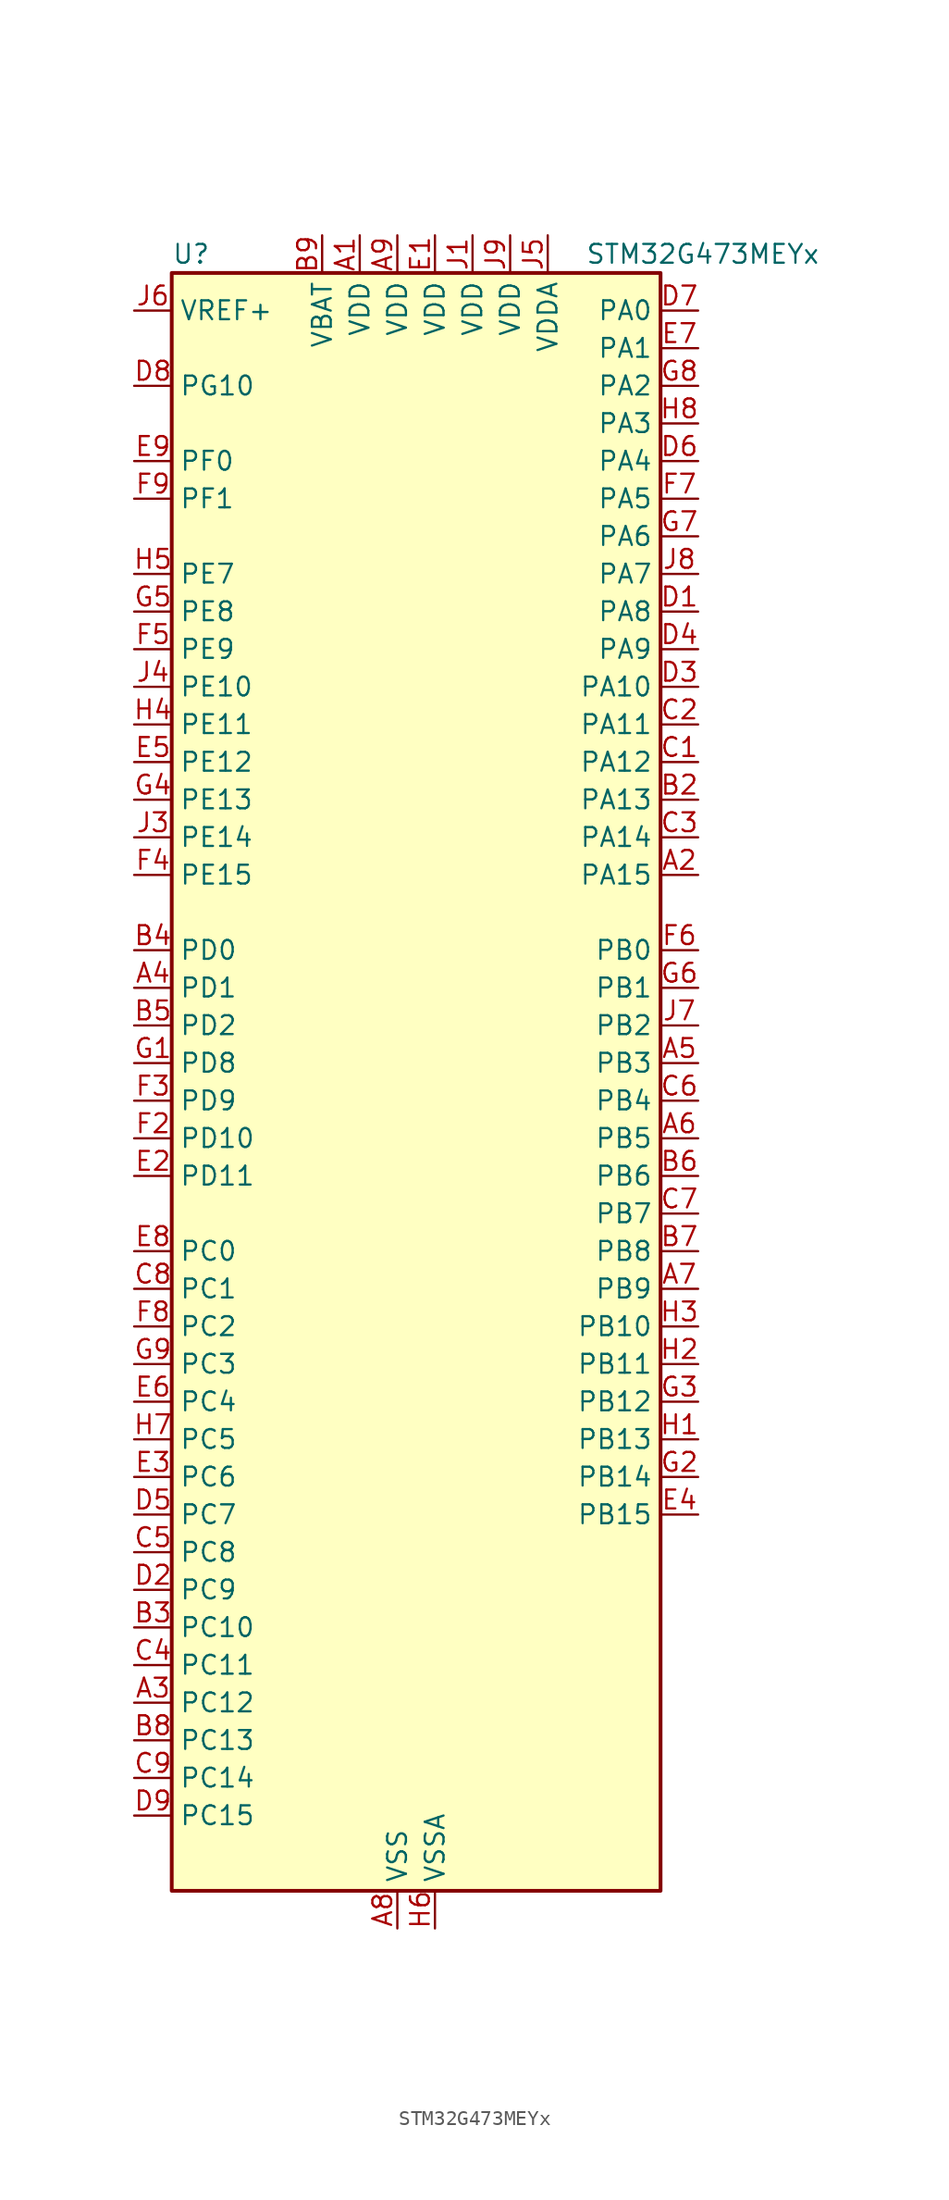
<source format=kicad_sym>
(kicad_symbol_lib
  (version 20220914)
  (generator kicad_symbol_editor)
  (symbol "STM32G473MEYx"
    (property "Reference" "U"
      (at -15.24 57.15 0)
      (effects (font (size 1.27 1.27)) (justify left)))
    (property "Value" "STM32G473MEYx"
      (at 12.7 57.15 0)
      (effects (font (size 1.27 1.27)) (justify left)))
    (property "ki_locked" ""
      (at 0 0 0)
      (effects (font (size 1.27 1.27))))
    (symbol "STM32G473MEYx_0_1"
      (rectangle (start -15.24 -53.34) (end 17.78 55.88) (stroke (width 0.254) (type default)) (fill (type background))))
    (symbol "STM32G473MEYx_1_1"
      (pin power_in line (at -2.54 58.42 270) (length 2.54) (name "VDD" (effects (font (size 1.27 1.27)))) (number "A1" (effects (font (size 1.27 1.27)))))
      (pin bidirectional line (at 20.32 15.24 180) (length 2.54) (name "PA15" (effects (font (size 1.27 1.27)))) (number "A2" (effects (font (size 1.27 1.27)))) (alternate "ADC1_EXTI15" bidirectional line) (alternate "ADC2_EXTI15" bidirectional line) (alternate "FDCAN3_TX" bidirectional line) (alternate "I2C1_SCL" bidirectional line) (alternate "I2S3_WS" bidirectional line) (alternate "SPI1_NSS" bidirectional line) (alternate "SPI3_NSS" bidirectional line) (alternate "SYS_JTDI" bidirectional line) (alternate "TIM1_BKIN" bidirectional line) (alternate "TIM2_CH1" bidirectional line) (alternate "TIM2_ETR" bidirectional line) (alternate "TIM8_CH1" bidirectional line) (alternate "UART4_DE" bidirectional line) (alternate "UART4_RTS" bidirectional line) (alternate "USART2_RX" bidirectional line))
      (pin bidirectional line (at -17.78 -40.64 0) (length 2.54) (name "PC12" (effects (font (size 1.27 1.27)))) (number "A3" (effects (font (size 1.27 1.27)))) (alternate "I2S3_SD" bidirectional line) (alternate "SPI3_MOSI" bidirectional line) (alternate "TIM5_CH2" bidirectional line) (alternate "TIM8_CH3N" bidirectional line) (alternate "UART5_TX" bidirectional line) (alternate "UCPD1_FRSTX1" bidirectional line) (alternate "UCPD1_FRSTX2" bidirectional line) (alternate "USART3_CK" bidirectional line))
      (pin bidirectional line (at -17.78 7.62 0) (length 2.54) (name "PD1" (effects (font (size 1.27 1.27)))) (number "A4" (effects (font (size 1.27 1.27)))) (alternate "FDCAN1_TX" bidirectional line) (alternate "TIM8_BKIN2" bidirectional line) (alternate "TIM8_CH4" bidirectional line))
      (pin bidirectional line (at 20.32 2.54 180) (length 2.54) (name "PB3" (effects (font (size 1.27 1.27)))) (number "A5" (effects (font (size 1.27 1.27)))) (alternate "ADC3_EXTI3" bidirectional line) (alternate "ADC4_EXTI3" bidirectional line) (alternate "ADC5_EXTI3" bidirectional line) (alternate "CRS_SYNC" bidirectional line) (alternate "FDCAN3_RX" bidirectional line) (alternate "I2S3_CK" bidirectional line) (alternate "SAI1_SCK_B" bidirectional line) (alternate "SPI1_SCK" bidirectional line) (alternate "SPI3_SCK" bidirectional line) (alternate "SYS_JTDO-SWO" bidirectional line) (alternate "TIM2_CH2" bidirectional line) (alternate "TIM3_ETR" bidirectional line) (alternate "TIM4_ETR" bidirectional line) (alternate "TIM8_CH1N" bidirectional line) (alternate "USART2_TX" bidirectional line))
      (pin bidirectional line (at 20.32 -2.54 180) (length 2.54) (name "PB5" (effects (font (size 1.27 1.27)))) (number "A6" (effects (font (size 1.27 1.27)))) (alternate "FDCAN2_RX" bidirectional line) (alternate "I2C1_SMBA" bidirectional line) (alternate "I2C3_SDA" bidirectional line) (alternate "I2S3_SD" bidirectional line) (alternate "LPTIM1_IN1" bidirectional line) (alternate "SAI1_SD_B" bidirectional line) (alternate "SPI1_MOSI" bidirectional line) (alternate "SPI3_MOSI" bidirectional line) (alternate "TIM16_BKIN" bidirectional line) (alternate "TIM17_CH1" bidirectional line) (alternate "TIM3_CH2" bidirectional line) (alternate "TIM8_CH3N" bidirectional line) (alternate "UART5_CTS" bidirectional line) (alternate "USART2_CK" bidirectional line))
      (pin bidirectional line (at 20.32 -12.7 180) (length 2.54) (name "PB9" (effects (font (size 1.27 1.27)))) (number "A7" (effects (font (size 1.27 1.27)))) (alternate "COMP2_OUT" bidirectional line) (alternate "DAC1_EXTI9" bidirectional line) (alternate "DAC2_EXTI9" bidirectional line) (alternate "DAC3_EXTI9" bidirectional line) (alternate "DAC4_EXTI9" bidirectional line) (alternate "FDCAN1_TX" bidirectional line) (alternate "I2C1_SDA" bidirectional line) (alternate "IR_OUT" bidirectional line) (alternate "SAI1_D2" bidirectional line) (alternate "SAI1_FS_A" bidirectional line) (alternate "TIM17_CH1" bidirectional line) (alternate "TIM1_CH3N" bidirectional line) (alternate "TIM4_CH4" bidirectional line) (alternate "TIM8_CH3" bidirectional line) (alternate "USART3_TX" bidirectional line))
      (pin power_in line (at 0 -55.88 90) (length 2.54) (name "VSS" (effects (font (size 1.27 1.27)))) (number "A8" (effects (font (size 1.27 1.27)))))
      (pin power_in line (at 0 58.42 270) (length 2.54) (name "VDD" (effects (font (size 1.27 1.27)))) (number "A9" (effects (font (size 1.27 1.27)))))
      (pin passive line (at 0 -55.88 90) (length 2.54) hide (name "VSS" (effects (font (size 1.27 1.27)))) (number "B1" (effects (font (size 1.27 1.27)))))
      (pin bidirectional line (at 20.32 20.32 180) (length 2.54) (name "PA13" (effects (font (size 1.27 1.27)))) (number "B2" (effects (font (size 1.27 1.27)))) (alternate "I2C1_SCL" bidirectional line) (alternate "I2C4_SCL" bidirectional line) (alternate "IR_OUT" bidirectional line) (alternate "SAI1_SD_B" bidirectional line) (alternate "SYS_JTMS-SWDIO" bidirectional line) (alternate "TIM16_CH1N" bidirectional line) (alternate "TIM4_CH3" bidirectional line) (alternate "USART3_CTS" bidirectional line) (alternate "USART3_NSS" bidirectional line))
      (pin bidirectional line (at -17.78 -35.56 0) (length 2.54) (name "PC10" (effects (font (size 1.27 1.27)))) (number "B3" (effects (font (size 1.27 1.27)))) (alternate "DAC1_EXTI10" bidirectional line) (alternate "DAC2_EXTI10" bidirectional line) (alternate "DAC3_EXTI10" bidirectional line) (alternate "DAC4_EXTI10" bidirectional line) (alternate "I2S3_CK" bidirectional line) (alternate "SPI3_SCK" bidirectional line) (alternate "TIM8_CH1N" bidirectional line) (alternate "UART4_TX" bidirectional line) (alternate "USART3_TX" bidirectional line))
      (pin bidirectional line (at -17.78 10.16 0) (length 2.54) (name "PD0" (effects (font (size 1.27 1.27)))) (number "B4" (effects (font (size 1.27 1.27)))) (alternate "FDCAN1_RX" bidirectional line) (alternate "TIM8_CH4N" bidirectional line))
      (pin bidirectional line (at -17.78 5.08 0) (length 2.54) (name "PD2" (effects (font (size 1.27 1.27)))) (number "B5" (effects (font (size 1.27 1.27)))) (alternate "ADC3_EXTI2" bidirectional line) (alternate "ADC4_EXTI2" bidirectional line) (alternate "ADC5_EXTI2" bidirectional line) (alternate "TIM3_ETR" bidirectional line) (alternate "TIM8_BKIN" bidirectional line) (alternate "UART5_RX" bidirectional line))
      (pin bidirectional line (at 20.32 -5.08 180) (length 2.54) (name "PB6" (effects (font (size 1.27 1.27)))) (number "B6" (effects (font (size 1.27 1.27)))) (alternate "COMP4_OUT" bidirectional line) (alternate "FDCAN2_TX" bidirectional line) (alternate "LPTIM1_ETR" bidirectional line) (alternate "SAI1_FS_B" bidirectional line) (alternate "TIM16_CH1N" bidirectional line) (alternate "TIM4_CH1" bidirectional line) (alternate "TIM8_BKIN2" bidirectional line) (alternate "TIM8_CH1" bidirectional line) (alternate "TIM8_ETR" bidirectional line) (alternate "UCPD1_CC1" bidirectional line) (alternate "USART1_TX" bidirectional line))
      (pin bidirectional line (at 20.32 -10.16 180) (length 2.54) (name "PB8" (effects (font (size 1.27 1.27)))) (number "B7" (effects (font (size 1.27 1.27)))) (alternate "COMP1_OUT" bidirectional line) (alternate "FDCAN1_RX" bidirectional line) (alternate "I2C1_SCL" bidirectional line) (alternate "SAI1_CK1" bidirectional line) (alternate "SAI1_MCLK_A" bidirectional line) (alternate "TIM16_CH1" bidirectional line) (alternate "TIM1_BKIN" bidirectional line) (alternate "TIM4_CH3" bidirectional line) (alternate "TIM8_CH2" bidirectional line) (alternate "USART3_RX" bidirectional line))
      (pin bidirectional line (at -17.78 -43.18 0) (length 2.54) (name "PC13" (effects (font (size 1.27 1.27)))) (number "B8" (effects (font (size 1.27 1.27)))) (alternate "RTC_OUT1" bidirectional line) (alternate "RTC_TAMP1" bidirectional line) (alternate "RTC_TS" bidirectional line) (alternate "SYS_WKUP2" bidirectional line) (alternate "TIM1_BKIN" bidirectional line) (alternate "TIM1_CH1N" bidirectional line) (alternate "TIM8_CH4N" bidirectional line))
      (pin power_in line (at -5.08 58.42 270) (length 2.54) (name "VBAT" (effects (font (size 1.27 1.27)))) (number "B9" (effects (font (size 1.27 1.27)))))
      (pin bidirectional line (at 20.32 22.86 180) (length 2.54) (name "PA12" (effects (font (size 1.27 1.27)))) (number "C1" (effects (font (size 1.27 1.27)))) (alternate "COMP2_OUT" bidirectional line) (alternate "FDCAN1_TX" bidirectional line) (alternate "I2S_CKIN" bidirectional line) (alternate "TIM16_CH1" bidirectional line) (alternate "TIM1_CH2N" bidirectional line) (alternate "TIM1_ETR" bidirectional line) (alternate "TIM4_CH2" bidirectional line) (alternate "USART1_DE" bidirectional line) (alternate "USART1_RTS" bidirectional line) (alternate "USB_DP" bidirectional line))
      (pin bidirectional line (at 20.32 25.4 180) (length 2.54) (name "PA11" (effects (font (size 1.27 1.27)))) (number "C2" (effects (font (size 1.27 1.27)))) (alternate "ADC1_EXTI11" bidirectional line) (alternate "ADC2_EXTI11" bidirectional line) (alternate "COMP1_OUT" bidirectional line) (alternate "FDCAN1_RX" bidirectional line) (alternate "I2S2_SD" bidirectional line) (alternate "SPI2_MOSI" bidirectional line) (alternate "TIM1_BKIN2" bidirectional line) (alternate "TIM1_CH1N" bidirectional line) (alternate "TIM1_CH4" bidirectional line) (alternate "TIM4_CH1" bidirectional line) (alternate "USART1_CTS" bidirectional line) (alternate "USART1_NSS" bidirectional line) (alternate "USB_DM" bidirectional line))
      (pin bidirectional line (at 20.32 17.78 180) (length 2.54) (name "PA14" (effects (font (size 1.27 1.27)))) (number "C3" (effects (font (size 1.27 1.27)))) (alternate "I2C1_SDA" bidirectional line) (alternate "I2C4_SMBA" bidirectional line) (alternate "LPTIM1_OUT" bidirectional line) (alternate "SAI1_FS_B" bidirectional line) (alternate "SYS_JTCK-SWCLK" bidirectional line) (alternate "TIM1_BKIN" bidirectional line) (alternate "TIM8_CH2" bidirectional line) (alternate "USART2_TX" bidirectional line))
      (pin bidirectional line (at -17.78 -38.1 0) (length 2.54) (name "PC11" (effects (font (size 1.27 1.27)))) (number "C4" (effects (font (size 1.27 1.27)))) (alternate "ADC1_EXTI11" bidirectional line) (alternate "ADC2_EXTI11" bidirectional line) (alternate "I2C3_SDA" bidirectional line) (alternate "SPI3_MISO" bidirectional line) (alternate "TIM8_CH2N" bidirectional line) (alternate "UART4_RX" bidirectional line) (alternate "USART3_RX" bidirectional line))
      (pin bidirectional line (at -17.78 -30.48 0) (length 2.54) (name "PC8" (effects (font (size 1.27 1.27)))) (number "C5" (effects (font (size 1.27 1.27)))) (alternate "COMP7_OUT" bidirectional line) (alternate "I2C3_SCL" bidirectional line) (alternate "TIM20_CH3" bidirectional line) (alternate "TIM3_CH3" bidirectional line) (alternate "TIM8_CH3" bidirectional line))
      (pin bidirectional line (at 20.32 0 180) (length 2.54) (name "PB4" (effects (font (size 1.27 1.27)))) (number "C6" (effects (font (size 1.27 1.27)))) (alternate "FDCAN3_TX" bidirectional line) (alternate "SAI1_MCLK_B" bidirectional line) (alternate "SPI1_MISO" bidirectional line) (alternate "SPI3_MISO" bidirectional line) (alternate "SYS_JTRST" bidirectional line) (alternate "TIM16_CH1" bidirectional line) (alternate "TIM17_BKIN" bidirectional line) (alternate "TIM3_CH1" bidirectional line) (alternate "TIM8_CH2N" bidirectional line) (alternate "UART5_DE" bidirectional line) (alternate "UART5_RTS" bidirectional line) (alternate "UCPD1_CC2" bidirectional line) (alternate "USART2_RX" bidirectional line))
      (pin bidirectional line (at 20.32 -7.62 180) (length 2.54) (name "PB7" (effects (font (size 1.27 1.27)))) (number "C7" (effects (font (size 1.27 1.27)))) (alternate "COMP3_OUT" bidirectional line) (alternate "I2C1_SDA" bidirectional line) (alternate "I2C4_SDA" bidirectional line) (alternate "LPTIM1_IN2" bidirectional line) (alternate "SYS_PVD_IN" bidirectional line) (alternate "TIM17_CH1N" bidirectional line) (alternate "TIM3_CH4" bidirectional line) (alternate "TIM4_CH2" bidirectional line) (alternate "TIM8_BKIN" bidirectional line) (alternate "UART4_CTS" bidirectional line) (alternate "USART1_RX" bidirectional line))
      (pin bidirectional line (at -17.78 -12.7 0) (length 2.54) (name "PC1" (effects (font (size 1.27 1.27)))) (number "C8" (effects (font (size 1.27 1.27)))) (alternate "ADC1_IN7" bidirectional line) (alternate "ADC2_IN7" bidirectional line) (alternate "COMP3_INP" bidirectional line) (alternate "LPTIM1_OUT" bidirectional line) (alternate "LPUART1_TX" bidirectional line) (alternate "QUADSPI1_BK2_IO0" bidirectional line) (alternate "SAI1_SD_A" bidirectional line) (alternate "TIM1_CH2" bidirectional line))
      (pin bidirectional line (at -17.78 -45.72 0) (length 2.54) (name "PC14" (effects (font (size 1.27 1.27)))) (number "C9" (effects (font (size 1.27 1.27)))) (alternate "RCC_OSC32_IN" bidirectional line))
      (pin bidirectional line (at 20.32 33.02 180) (length 2.54) (name "PA8" (effects (font (size 1.27 1.27)))) (number "D1" (effects (font (size 1.27 1.27)))) (alternate "ADC5_IN1" bidirectional line) (alternate "COMP7_OUT" bidirectional line) (alternate "FDCAN3_RX" bidirectional line) (alternate "I2C2_SDA" bidirectional line) (alternate "I2C3_SCL" bidirectional line) (alternate "I2S2_MCK" bidirectional line) (alternate "OPAMP5_VOUT" bidirectional line) (alternate "RCC_MCO" bidirectional line) (alternate "SAI1_CK2" bidirectional line) (alternate "SAI1_SCK_A" bidirectional line) (alternate "TIM1_CH1" bidirectional line) (alternate "TIM4_ETR" bidirectional line) (alternate "USART1_CK" bidirectional line))
      (pin bidirectional line (at -17.78 -33.02 0) (length 2.54) (name "PC9" (effects (font (size 1.27 1.27)))) (number "D2" (effects (font (size 1.27 1.27)))) (alternate "DAC1_EXTI9" bidirectional line) (alternate "DAC2_EXTI9" bidirectional line) (alternate "DAC3_EXTI9" bidirectional line) (alternate "DAC4_EXTI9" bidirectional line) (alternate "I2C3_SDA" bidirectional line) (alternate "I2S_CKIN" bidirectional line) (alternate "TIM3_CH4" bidirectional line) (alternate "TIM8_BKIN2" bidirectional line) (alternate "TIM8_CH4" bidirectional line))
      (pin bidirectional line (at 20.32 27.94 180) (length 2.54) (name "PA10" (effects (font (size 1.27 1.27)))) (number "D3" (effects (font (size 1.27 1.27)))) (alternate "COMP6_OUT" bidirectional line) (alternate "CRS_SYNC" bidirectional line) (alternate "DAC1_EXTI10" bidirectional line) (alternate "DAC2_EXTI10" bidirectional line) (alternate "DAC3_EXTI10" bidirectional line) (alternate "DAC4_EXTI10" bidirectional line) (alternate "I2C2_SMBA" bidirectional line) (alternate "SAI1_D1" bidirectional line) (alternate "SAI1_SD_A" bidirectional line) (alternate "SPI2_MISO" bidirectional line) (alternate "TIM17_BKIN" bidirectional line) (alternate "TIM1_CH3" bidirectional line) (alternate "TIM2_CH4" bidirectional line) (alternate "TIM8_BKIN" bidirectional line) (alternate "UCPD1_DBCC2" bidirectional line) (alternate "USART1_RX" bidirectional line))
      (pin bidirectional line (at 20.32 30.48 180) (length 2.54) (name "PA9" (effects (font (size 1.27 1.27)))) (number "D4" (effects (font (size 1.27 1.27)))) (alternate "ADC5_IN2" bidirectional line) (alternate "COMP5_OUT" bidirectional line) (alternate "DAC1_EXTI9" bidirectional line) (alternate "DAC2_EXTI9" bidirectional line) (alternate "DAC3_EXTI9" bidirectional line) (alternate "DAC4_EXTI9" bidirectional line) (alternate "I2C2_SCL" bidirectional line) (alternate "I2C3_SMBA" bidirectional line) (alternate "I2S3_MCK" bidirectional line) (alternate "SAI1_FS_A" bidirectional line) (alternate "TIM15_BKIN" bidirectional line) (alternate "TIM1_CH2" bidirectional line) (alternate "TIM2_CH3" bidirectional line) (alternate "UCPD1_DBCC1" bidirectional line) (alternate "USART1_TX" bidirectional line))
      (pin bidirectional line (at -17.78 -27.94 0) (length 2.54) (name "PC7" (effects (font (size 1.27 1.27)))) (number "D5" (effects (font (size 1.27 1.27)))) (alternate "COMP5_OUT" bidirectional line) (alternate "I2C4_SDA" bidirectional line) (alternate "I2S3_MCK" bidirectional line) (alternate "TIM3_CH2" bidirectional line) (alternate "TIM8_CH2" bidirectional line))
      (pin bidirectional line (at 20.32 43.18 180) (length 2.54) (name "PA4" (effects (font (size 1.27 1.27)))) (number "D6" (effects (font (size 1.27 1.27)))) (alternate "ADC2_IN17" bidirectional line) (alternate "COMP1_INM" bidirectional line) (alternate "DAC1_OUT1" bidirectional line) (alternate "I2S3_WS" bidirectional line) (alternate "SAI1_FS_B" bidirectional line) (alternate "SPI1_NSS" bidirectional line) (alternate "SPI3_NSS" bidirectional line) (alternate "TIM3_CH2" bidirectional line) (alternate "USART2_CK" bidirectional line))
      (pin bidirectional line (at 20.32 53.34 180) (length 2.54) (name "PA0" (effects (font (size 1.27 1.27)))) (number "D7" (effects (font (size 1.27 1.27)))) (alternate "ADC1_IN1" bidirectional line) (alternate "ADC2_IN1" bidirectional line) (alternate "COMP1_INM" bidirectional line) (alternate "COMP1_OUT" bidirectional line) (alternate "COMP3_INP" bidirectional line) (alternate "RTC_TAMP2" bidirectional line) (alternate "SYS_WKUP1" bidirectional line) (alternate "TIM2_CH1" bidirectional line) (alternate "TIM2_ETR" bidirectional line) (alternate "TIM5_CH1" bidirectional line) (alternate "TIM8_BKIN" bidirectional line) (alternate "TIM8_ETR" bidirectional line) (alternate "USART2_CTS" bidirectional line) (alternate "USART2_NSS" bidirectional line))
      (pin bidirectional line (at -17.78 48.26 0) (length 2.54) (name "PG10" (effects (font (size 1.27 1.27)))) (number "D8" (effects (font (size 1.27 1.27)))) (alternate "DAC1_EXTI10" bidirectional line) (alternate "DAC2_EXTI10" bidirectional line) (alternate "DAC3_EXTI10" bidirectional line) (alternate "DAC4_EXTI10" bidirectional line) (alternate "RCC_MCO" bidirectional line))
      (pin bidirectional line (at -17.78 -48.26 0) (length 2.54) (name "PC15" (effects (font (size 1.27 1.27)))) (number "D9" (effects (font (size 1.27 1.27)))) (alternate "ADC1_EXTI15" bidirectional line) (alternate "ADC2_EXTI15" bidirectional line) (alternate "RCC_OSC32_OUT" bidirectional line))
      (pin power_in line (at 2.54 58.42 270) (length 2.54) (name "VDD" (effects (font (size 1.27 1.27)))) (number "E1" (effects (font (size 1.27 1.27)))))
      (pin bidirectional line (at -17.78 -5.08 0) (length 2.54) (name "PD11" (effects (font (size 1.27 1.27)))) (number "E2" (effects (font (size 1.27 1.27)))) (alternate "ADC1_EXTI11" bidirectional line) (alternate "ADC2_EXTI11" bidirectional line) (alternate "ADC3_IN8" bidirectional line) (alternate "ADC4_IN8" bidirectional line) (alternate "ADC5_IN8" bidirectional line) (alternate "COMP6_INP" bidirectional line) (alternate "I2C4_SMBA" bidirectional line) (alternate "OPAMP4_VINP" bidirectional line) (alternate "OPAMP4_VINP_SEC" bidirectional line) (alternate "TIM5_ETR" bidirectional line) (alternate "USART3_CTS" bidirectional line) (alternate "USART3_NSS" bidirectional line))
      (pin bidirectional line (at -17.78 -25.4 0) (length 2.54) (name "PC6" (effects (font (size 1.27 1.27)))) (number "E3" (effects (font (size 1.27 1.27)))) (alternate "COMP6_OUT" bidirectional line) (alternate "I2C4_SCL" bidirectional line) (alternate "I2S2_MCK" bidirectional line) (alternate "TIM3_CH1" bidirectional line) (alternate "TIM8_CH1" bidirectional line))
      (pin bidirectional line (at 20.32 -27.94 180) (length 2.54) (name "PB15" (effects (font (size 1.27 1.27)))) (number "E4" (effects (font (size 1.27 1.27)))) (alternate "ADC1_EXTI15" bidirectional line) (alternate "ADC2_EXTI15" bidirectional line) (alternate "ADC2_IN15" bidirectional line) (alternate "ADC4_IN5" bidirectional line) (alternate "COMP3_OUT" bidirectional line) (alternate "COMP6_INM" bidirectional line) (alternate "I2S2_SD" bidirectional line) (alternate "OPAMP5_VINM" bidirectional line) (alternate "OPAMP5_VINM0" bidirectional line) (alternate "OPAMP5_VINM_SEC" bidirectional line) (alternate "RTC_REFIN" bidirectional line) (alternate "SPI2_MOSI" bidirectional line) (alternate "TIM15_CH1N" bidirectional line) (alternate "TIM15_CH2" bidirectional line) (alternate "TIM1_CH3N" bidirectional line))
      (pin bidirectional line (at -17.78 22.86 0) (length 2.54) (name "PE12" (effects (font (size 1.27 1.27)))) (number "E5" (effects (font (size 1.27 1.27)))) (alternate "ADC3_IN16" bidirectional line) (alternate "ADC4_IN16" bidirectional line) (alternate "ADC5_IN16" bidirectional line) (alternate "QUADSPI1_BK1_IO0" bidirectional line) (alternate "SPI4_SCK" bidirectional line) (alternate "TIM1_CH3N" bidirectional line))
      (pin bidirectional line (at -17.78 -20.32 0) (length 2.54) (name "PC4" (effects (font (size 1.27 1.27)))) (number "E6" (effects (font (size 1.27 1.27)))) (alternate "ADC2_IN5" bidirectional line) (alternate "I2C2_SCL" bidirectional line) (alternate "QUADSPI1_BK2_IO3" bidirectional line) (alternate "TIM1_ETR" bidirectional line) (alternate "USART1_TX" bidirectional line))
      (pin bidirectional line (at 20.32 50.8 180) (length 2.54) (name "PA1" (effects (font (size 1.27 1.27)))) (number "E7" (effects (font (size 1.27 1.27)))) (alternate "ADC1_IN2" bidirectional line) (alternate "ADC2_IN2" bidirectional line) (alternate "COMP1_INP" bidirectional line) (alternate "OPAMP1_VINP" bidirectional line) (alternate "OPAMP1_VINP_SEC" bidirectional line) (alternate "OPAMP3_VINP" bidirectional line) (alternate "OPAMP3_VINP_SEC" bidirectional line) (alternate "OPAMP6_VINM" bidirectional line) (alternate "OPAMP6_VINM0" bidirectional line) (alternate "OPAMP6_VINM_SEC" bidirectional line) (alternate "RTC_REFIN" bidirectional line) (alternate "TIM15_CH1N" bidirectional line) (alternate "TIM2_CH2" bidirectional line) (alternate "TIM5_CH2" bidirectional line) (alternate "USART2_DE" bidirectional line) (alternate "USART2_RTS" bidirectional line))
      (pin bidirectional line (at -17.78 -10.16 0) (length 2.54) (name "PC0" (effects (font (size 1.27 1.27)))) (number "E8" (effects (font (size 1.27 1.27)))) (alternate "ADC1_IN6" bidirectional line) (alternate "ADC2_IN6" bidirectional line) (alternate "COMP3_INM" bidirectional line) (alternate "LPTIM1_IN1" bidirectional line) (alternate "LPUART1_RX" bidirectional line) (alternate "TIM1_CH1" bidirectional line))
      (pin bidirectional line (at -17.78 43.18 0) (length 2.54) (name "PF0" (effects (font (size 1.27 1.27)))) (number "E9" (effects (font (size 1.27 1.27)))) (alternate "ADC1_IN10" bidirectional line) (alternate "I2C2_SDA" bidirectional line) (alternate "I2S2_WS" bidirectional line) (alternate "RCC_OSC_IN" bidirectional line) (alternate "SPI2_NSS" bidirectional line) (alternate "TIM1_CH3N" bidirectional line))
      (pin passive line (at 0 -55.88 90) (length 2.54) hide (name "VSS" (effects (font (size 1.27 1.27)))) (number "F1" (effects (font (size 1.27 1.27)))))
      (pin bidirectional line (at -17.78 -2.54 0) (length 2.54) (name "PD10" (effects (font (size 1.27 1.27)))) (number "F2" (effects (font (size 1.27 1.27)))) (alternate "ADC3_IN7" bidirectional line) (alternate "ADC4_IN7" bidirectional line) (alternate "ADC5_IN7" bidirectional line) (alternate "COMP6_INM" bidirectional line) (alternate "DAC1_EXTI10" bidirectional line) (alternate "DAC2_EXTI10" bidirectional line) (alternate "DAC3_EXTI10" bidirectional line) (alternate "DAC4_EXTI10" bidirectional line) (alternate "USART3_CK" bidirectional line))
      (pin bidirectional line (at -17.78 0 0) (length 2.54) (name "PD9" (effects (font (size 1.27 1.27)))) (number "F3" (effects (font (size 1.27 1.27)))) (alternate "ADC4_IN13" bidirectional line) (alternate "ADC5_IN13" bidirectional line) (alternate "DAC1_EXTI9" bidirectional line) (alternate "DAC2_EXTI9" bidirectional line) (alternate "DAC3_EXTI9" bidirectional line) (alternate "DAC4_EXTI9" bidirectional line) (alternate "OPAMP6_VINP" bidirectional line) (alternate "OPAMP6_VINP_SEC" bidirectional line) (alternate "USART3_RX" bidirectional line))
      (pin bidirectional line (at -17.78 15.24 0) (length 2.54) (name "PE15" (effects (font (size 1.27 1.27)))) (number "F4" (effects (font (size 1.27 1.27)))) (alternate "ADC1_EXTI15" bidirectional line) (alternate "ADC2_EXTI15" bidirectional line) (alternate "ADC4_IN2" bidirectional line) (alternate "QUADSPI1_BK1_IO3" bidirectional line) (alternate "TIM1_BKIN" bidirectional line) (alternate "TIM1_CH4N" bidirectional line) (alternate "USART3_RX" bidirectional line))
      (pin bidirectional line (at -17.78 30.48 0) (length 2.54) (name "PE9" (effects (font (size 1.27 1.27)))) (number "F5" (effects (font (size 1.27 1.27)))) (alternate "ADC3_IN2" bidirectional line) (alternate "DAC1_EXTI9" bidirectional line) (alternate "DAC2_EXTI9" bidirectional line) (alternate "DAC3_EXTI9" bidirectional line) (alternate "DAC4_EXTI9" bidirectional line) (alternate "SAI1_FS_B" bidirectional line) (alternate "TIM1_CH1" bidirectional line) (alternate "TIM5_CH4" bidirectional line))
      (pin bidirectional line (at 20.32 10.16 180) (length 2.54) (name "PB0" (effects (font (size 1.27 1.27)))) (number "F6" (effects (font (size 1.27 1.27)))) (alternate "ADC1_IN15" bidirectional line) (alternate "ADC3_IN12" bidirectional line) (alternate "COMP4_INP" bidirectional line) (alternate "OPAMP2_VINP" bidirectional line) (alternate "OPAMP2_VINP_SEC" bidirectional line) (alternate "OPAMP3_VINP" bidirectional line) (alternate "OPAMP3_VINP_SEC" bidirectional line) (alternate "QUADSPI1_BK1_IO1" bidirectional line) (alternate "TIM1_CH2N" bidirectional line) (alternate "TIM3_CH3" bidirectional line) (alternate "TIM8_CH2N" bidirectional line) (alternate "UCPD1_FRSTX1" bidirectional line) (alternate "UCPD1_FRSTX2" bidirectional line))
      (pin bidirectional line (at 20.32 40.64 180) (length 2.54) (name "PA5" (effects (font (size 1.27 1.27)))) (number "F7" (effects (font (size 1.27 1.27)))) (alternate "ADC2_IN13" bidirectional line) (alternate "COMP2_INM" bidirectional line) (alternate "DAC1_OUT2" bidirectional line) (alternate "OPAMP2_VINM" bidirectional line) (alternate "OPAMP2_VINM0" bidirectional line) (alternate "OPAMP2_VINM_SEC" bidirectional line) (alternate "SPI1_SCK" bidirectional line) (alternate "TIM2_CH1" bidirectional line) (alternate "TIM2_ETR" bidirectional line) (alternate "UCPD1_FRSTX1" bidirectional line) (alternate "UCPD1_FRSTX2" bidirectional line))
      (pin bidirectional line (at -17.78 -15.24 0) (length 2.54) (name "PC2" (effects (font (size 1.27 1.27)))) (number "F8" (effects (font (size 1.27 1.27)))) (alternate "ADC1_IN8" bidirectional line) (alternate "ADC2_IN8" bidirectional line) (alternate "ADC3_EXTI2" bidirectional line) (alternate "ADC4_EXTI2" bidirectional line) (alternate "ADC5_EXTI2" bidirectional line) (alternate "COMP3_OUT" bidirectional line) (alternate "LPTIM1_IN2" bidirectional line) (alternate "QUADSPI1_BK2_IO1" bidirectional line) (alternate "TIM1_CH3" bidirectional line) (alternate "TIM20_CH2" bidirectional line))
      (pin bidirectional line (at -17.78 40.64 0) (length 2.54) (name "PF1" (effects (font (size 1.27 1.27)))) (number "F9" (effects (font (size 1.27 1.27)))) (alternate "ADC2_IN10" bidirectional line) (alternate "COMP3_INM" bidirectional line) (alternate "I2S2_CK" bidirectional line) (alternate "RCC_OSC_OUT" bidirectional line) (alternate "SPI2_SCK" bidirectional line))
      (pin bidirectional line (at -17.78 2.54 0) (length 2.54) (name "PD8" (effects (font (size 1.27 1.27)))) (number "G1" (effects (font (size 1.27 1.27)))) (alternate "ADC4_IN12" bidirectional line) (alternate "ADC5_IN12" bidirectional line) (alternate "OPAMP4_VINM" bidirectional line) (alternate "OPAMP4_VINM1" bidirectional line) (alternate "OPAMP4_VINM_SEC" bidirectional line) (alternate "USART3_TX" bidirectional line))
      (pin bidirectional line (at 20.32 -25.4 180) (length 2.54) (name "PB14" (effects (font (size 1.27 1.27)))) (number "G2" (effects (font (size 1.27 1.27)))) (alternate "ADC1_IN5" bidirectional line) (alternate "ADC4_IN4" bidirectional line) (alternate "COMP4_OUT" bidirectional line) (alternate "COMP7_INP" bidirectional line) (alternate "OPAMP2_VINP" bidirectional line) (alternate "OPAMP2_VINP_SEC" bidirectional line) (alternate "OPAMP5_VINP" bidirectional line) (alternate "OPAMP5_VINP_SEC" bidirectional line) (alternate "SPI2_MISO" bidirectional line) (alternate "TIM15_CH1" bidirectional line) (alternate "TIM1_CH2N" bidirectional line) (alternate "USART3_DE" bidirectional line) (alternate "USART3_RTS" bidirectional line))
      (pin bidirectional line (at 20.32 -20.32 180) (length 2.54) (name "PB12" (effects (font (size 1.27 1.27)))) (number "G3" (effects (font (size 1.27 1.27)))) (alternate "ADC1_IN11" bidirectional line) (alternate "ADC4_IN3" bidirectional line) (alternate "COMP7_INM" bidirectional line) (alternate "FDCAN2_RX" bidirectional line) (alternate "I2C2_SMBA" bidirectional line) (alternate "I2S2_WS" bidirectional line) (alternate "LPUART1_DE" bidirectional line) (alternate "LPUART1_RTS" bidirectional line) (alternate "OPAMP4_VOUT" bidirectional line) (alternate "OPAMP6_VINP" bidirectional line) (alternate "OPAMP6_VINP_SEC" bidirectional line) (alternate "SPI2_NSS" bidirectional line) (alternate "TIM1_BKIN" bidirectional line) (alternate "TIM5_ETR" bidirectional line) (alternate "USART3_CK" bidirectional line))
      (pin bidirectional line (at -17.78 20.32 0) (length 2.54) (name "PE13" (effects (font (size 1.27 1.27)))) (number "G4" (effects (font (size 1.27 1.27)))) (alternate "ADC3_IN3" bidirectional line) (alternate "QUADSPI1_BK1_IO1" bidirectional line) (alternate "SPI4_MISO" bidirectional line) (alternate "TIM1_CH3" bidirectional line))
      (pin bidirectional line (at -17.78 33.02 0) (length 2.54) (name "PE8" (effects (font (size 1.27 1.27)))) (number "G5" (effects (font (size 1.27 1.27)))) (alternate "ADC3_IN6" bidirectional line) (alternate "ADC4_IN6" bidirectional line) (alternate "ADC5_IN6" bidirectional line) (alternate "COMP4_INM" bidirectional line) (alternate "SAI1_SCK_B" bidirectional line) (alternate "TIM1_CH1N" bidirectional line) (alternate "TIM5_CH3" bidirectional line))
      (pin bidirectional line (at 20.32 7.62 180) (length 2.54) (name "PB1" (effects (font (size 1.27 1.27)))) (number "G6" (effects (font (size 1.27 1.27)))) (alternate "ADC1_IN12" bidirectional line) (alternate "ADC3_IN1" bidirectional line) (alternate "COMP1_INP" bidirectional line) (alternate "COMP4_OUT" bidirectional line) (alternate "LPUART1_DE" bidirectional line) (alternate "LPUART1_RTS" bidirectional line) (alternate "OPAMP3_VOUT" bidirectional line) (alternate "OPAMP6_VINM" bidirectional line) (alternate "OPAMP6_VINM1" bidirectional line) (alternate "OPAMP6_VINM_SEC" bidirectional line) (alternate "QUADSPI1_BK1_IO0" bidirectional line) (alternate "TIM1_CH3N" bidirectional line) (alternate "TIM3_CH4" bidirectional line) (alternate "TIM8_CH3N" bidirectional line))
      (pin bidirectional line (at 20.32 38.1 180) (length 2.54) (name "PA6" (effects (font (size 1.27 1.27)))) (number "G7" (effects (font (size 1.27 1.27)))) (alternate "ADC2_IN3" bidirectional line) (alternate "COMP1_OUT" bidirectional line) (alternate "DAC2_OUT1" bidirectional line) (alternate "LPUART1_CTS" bidirectional line) (alternate "OPAMP2_VOUT" bidirectional line) (alternate "QUADSPI1_BK1_IO3" bidirectional line) (alternate "SPI1_MISO" bidirectional line) (alternate "TIM16_CH1" bidirectional line) (alternate "TIM1_BKIN" bidirectional line) (alternate "TIM3_CH1" bidirectional line) (alternate "TIM8_BKIN" bidirectional line))
      (pin bidirectional line (at 20.32 48.26 180) (length 2.54) (name "PA2" (effects (font (size 1.27 1.27)))) (number "G8" (effects (font (size 1.27 1.27)))) (alternate "ADC1_IN3" bidirectional line) (alternate "ADC3_EXTI2" bidirectional line) (alternate "ADC4_EXTI2" bidirectional line) (alternate "ADC5_EXTI2" bidirectional line) (alternate "COMP2_INM" bidirectional line) (alternate "COMP2_OUT" bidirectional line) (alternate "LPUART1_TX" bidirectional line) (alternate "OPAMP1_VOUT" bidirectional line) (alternate "QUADSPI1_BK1_NCS" bidirectional line) (alternate "RCC_LSCO" bidirectional line) (alternate "SYS_WKUP4" bidirectional line) (alternate "TIM15_CH1" bidirectional line) (alternate "TIM2_CH3" bidirectional line) (alternate "TIM5_CH3" bidirectional line) (alternate "UCPD1_FRSTX1" bidirectional line) (alternate "UCPD1_FRSTX2" bidirectional line) (alternate "USART2_TX" bidirectional line))
      (pin bidirectional line (at -17.78 -17.78 0) (length 2.54) (name "PC3" (effects (font (size 1.27 1.27)))) (number "G9" (effects (font (size 1.27 1.27)))) (alternate "ADC1_IN9" bidirectional line) (alternate "ADC2_IN9" bidirectional line) (alternate "ADC3_EXTI3" bidirectional line) (alternate "ADC4_EXTI3" bidirectional line) (alternate "ADC5_EXTI3" bidirectional line) (alternate "LPTIM1_ETR" bidirectional line) (alternate "OPAMP5_VINP" bidirectional line) (alternate "OPAMP5_VINP_SEC" bidirectional line) (alternate "QUADSPI1_BK2_IO2" bidirectional line) (alternate "SAI1_D1" bidirectional line) (alternate "SAI1_SD_A" bidirectional line) (alternate "TIM1_BKIN2" bidirectional line) (alternate "TIM1_CH4" bidirectional line))
      (pin bidirectional line (at 20.32 -22.86 180) (length 2.54) (name "PB13" (effects (font (size 1.27 1.27)))) (number "H1" (effects (font (size 1.27 1.27)))) (alternate "ADC3_IN5" bidirectional line) (alternate "COMP5_INP" bidirectional line) (alternate "FDCAN2_TX" bidirectional line) (alternate "I2S2_CK" bidirectional line) (alternate "LPUART1_CTS" bidirectional line) (alternate "OPAMP3_VINP" bidirectional line) (alternate "OPAMP3_VINP_SEC" bidirectional line) (alternate "OPAMP4_VINP" bidirectional line) (alternate "OPAMP4_VINP_SEC" bidirectional line) (alternate "OPAMP6_VINP" bidirectional line) (alternate "OPAMP6_VINP_SEC" bidirectional line) (alternate "SPI2_SCK" bidirectional line) (alternate "TIM1_CH1N" bidirectional line) (alternate "USART3_CTS" bidirectional line) (alternate "USART3_NSS" bidirectional line))
      (pin bidirectional line (at 20.32 -17.78 180) (length 2.54) (name "PB11" (effects (font (size 1.27 1.27)))) (number "H2" (effects (font (size 1.27 1.27)))) (alternate "ADC1_EXTI11" bidirectional line) (alternate "ADC1_IN14" bidirectional line) (alternate "ADC2_EXTI11" bidirectional line) (alternate "ADC2_IN14" bidirectional line) (alternate "COMP6_INP" bidirectional line) (alternate "LPUART1_TX" bidirectional line) (alternate "OPAMP4_VINP" bidirectional line) (alternate "OPAMP4_VINP_SEC" bidirectional line) (alternate "OPAMP6_VOUT" bidirectional line) (alternate "QUADSPI1_BK1_NCS" bidirectional line) (alternate "TIM2_CH4" bidirectional line) (alternate "USART3_RX" bidirectional line))
      (pin bidirectional line (at 20.32 -15.24 180) (length 2.54) (name "PB10" (effects (font (size 1.27 1.27)))) (number "H3" (effects (font (size 1.27 1.27)))) (alternate "COMP5_INM" bidirectional line) (alternate "DAC1_EXTI10" bidirectional line) (alternate "DAC2_EXTI10" bidirectional line) (alternate "DAC3_EXTI10" bidirectional line) (alternate "DAC4_EXTI10" bidirectional line) (alternate "LPUART1_RX" bidirectional line) (alternate "OPAMP3_VINM" bidirectional line) (alternate "OPAMP3_VINM1" bidirectional line) (alternate "OPAMP3_VINM_SEC" bidirectional line) (alternate "OPAMP4_VINM" bidirectional line) (alternate "OPAMP4_VINM0" bidirectional line) (alternate "OPAMP4_VINM_SEC" bidirectional line) (alternate "QUADSPI1_CLK" bidirectional line) (alternate "SAI1_SCK_A" bidirectional line) (alternate "TIM1_BKIN" bidirectional line) (alternate "TIM2_CH3" bidirectional line) (alternate "USART3_TX" bidirectional line))
      (pin bidirectional line (at -17.78 25.4 0) (length 2.54) (name "PE11" (effects (font (size 1.27 1.27)))) (number "H4" (effects (font (size 1.27 1.27)))) (alternate "ADC1_EXTI11" bidirectional line) (alternate "ADC2_EXTI11" bidirectional line) (alternate "ADC3_IN15" bidirectional line) (alternate "ADC4_IN15" bidirectional line) (alternate "ADC5_IN15" bidirectional line) (alternate "QUADSPI1_BK1_NCS" bidirectional line) (alternate "SPI4_NSS" bidirectional line) (alternate "TIM1_CH2" bidirectional line))
      (pin bidirectional line (at -17.78 35.56 0) (length 2.54) (name "PE7" (effects (font (size 1.27 1.27)))) (number "H5" (effects (font (size 1.27 1.27)))) (alternate "ADC3_IN4" bidirectional line) (alternate "COMP4_INP" bidirectional line) (alternate "SAI1_SD_B" bidirectional line) (alternate "TIM1_ETR" bidirectional line))
      (pin power_in line (at 2.54 -55.88 90) (length 2.54) (name "VSSA" (effects (font (size 1.27 1.27)))) (number "H6" (effects (font (size 1.27 1.27)))))
      (pin bidirectional line (at -17.78 -22.86 0) (length 2.54) (name "PC5" (effects (font (size 1.27 1.27)))) (number "H7" (effects (font (size 1.27 1.27)))) (alternate "ADC2_IN11" bidirectional line) (alternate "OPAMP1_VINM" bidirectional line) (alternate "OPAMP1_VINM1" bidirectional line) (alternate "OPAMP1_VINM_SEC" bidirectional line) (alternate "OPAMP2_VINM" bidirectional line) (alternate "OPAMP2_VINM1" bidirectional line) (alternate "OPAMP2_VINM_SEC" bidirectional line) (alternate "SAI1_D3" bidirectional line) (alternate "SYS_WKUP5" bidirectional line) (alternate "TIM15_BKIN" bidirectional line) (alternate "TIM1_CH4N" bidirectional line) (alternate "USART1_RX" bidirectional line))
      (pin bidirectional line (at 20.32 45.72 180) (length 2.54) (name "PA3" (effects (font (size 1.27 1.27)))) (number "H8" (effects (font (size 1.27 1.27)))) (alternate "ADC1_IN4" bidirectional line) (alternate "ADC3_EXTI3" bidirectional line) (alternate "ADC4_EXTI3" bidirectional line) (alternate "ADC5_EXTI3" bidirectional line) (alternate "COMP2_INP" bidirectional line) (alternate "LPUART1_RX" bidirectional line) (alternate "OPAMP1_VINM" bidirectional line) (alternate "OPAMP1_VINM0" bidirectional line) (alternate "OPAMP1_VINM_SEC" bidirectional line) (alternate "OPAMP1_VINP" bidirectional line) (alternate "OPAMP1_VINP_SEC" bidirectional line) (alternate "OPAMP5_VINM" bidirectional line) (alternate "OPAMP5_VINM1" bidirectional line) (alternate "OPAMP5_VINM_SEC" bidirectional line) (alternate "QUADSPI1_CLK" bidirectional line) (alternate "SAI1_CK1" bidirectional line) (alternate "SAI1_MCLK_A" bidirectional line) (alternate "TIM15_CH2" bidirectional line) (alternate "TIM2_CH4" bidirectional line) (alternate "TIM5_CH4" bidirectional line) (alternate "USART2_RX" bidirectional line))
      (pin passive line (at 0 -55.88 90) (length 2.54) hide (name "VSS" (effects (font (size 1.27 1.27)))) (number "H9" (effects (font (size 1.27 1.27)))))
      (pin power_in line (at 5.08 58.42 270) (length 2.54) (name "VDD" (effects (font (size 1.27 1.27)))) (number "J1" (effects (font (size 1.27 1.27)))))
      (pin passive line (at 0 -55.88 90) (length 2.54) hide (name "VSS" (effects (font (size 1.27 1.27)))) (number "J2" (effects (font (size 1.27 1.27)))))
      (pin bidirectional line (at -17.78 17.78 0) (length 2.54) (name "PE14" (effects (font (size 1.27 1.27)))) (number "J3" (effects (font (size 1.27 1.27)))) (alternate "ADC4_IN1" bidirectional line) (alternate "QUADSPI1_BK1_IO2" bidirectional line) (alternate "SPI4_MOSI" bidirectional line) (alternate "TIM1_BKIN2" bidirectional line) (alternate "TIM1_CH4" bidirectional line))
      (pin bidirectional line (at -17.78 27.94 0) (length 2.54) (name "PE10" (effects (font (size 1.27 1.27)))) (number "J4" (effects (font (size 1.27 1.27)))) (alternate "ADC3_IN14" bidirectional line) (alternate "ADC4_IN14" bidirectional line) (alternate "ADC5_IN14" bidirectional line) (alternate "DAC1_EXTI10" bidirectional line) (alternate "DAC2_EXTI10" bidirectional line) (alternate "DAC3_EXTI10" bidirectional line) (alternate "DAC4_EXTI10" bidirectional line) (alternate "QUADSPI1_CLK" bidirectional line) (alternate "SAI1_MCLK_B" bidirectional line) (alternate "TIM1_CH2N" bidirectional line))
      (pin power_in line (at 10.16 58.42 270) (length 2.54) (name "VDDA" (effects (font (size 1.27 1.27)))) (number "J5" (effects (font (size 1.27 1.27)))))
      (pin input line (at -17.78 53.34 0) (length 2.54) (name "VREF+" (effects (font (size 1.27 1.27)))) (number "J6" (effects (font (size 1.27 1.27)))) (alternate "VREFBUF_OUT" bidirectional line))
      (pin bidirectional line (at 20.32 5.08 180) (length 2.54) (name "PB2" (effects (font (size 1.27 1.27)))) (number "J7" (effects (font (size 1.27 1.27)))) (alternate "ADC2_IN12" bidirectional line) (alternate "ADC3_EXTI2" bidirectional line) (alternate "ADC4_EXTI2" bidirectional line) (alternate "ADC5_EXTI2" bidirectional line) (alternate "COMP4_INM" bidirectional line) (alternate "I2C3_SMBA" bidirectional line) (alternate "LPTIM1_OUT" bidirectional line) (alternate "OPAMP3_VINM" bidirectional line) (alternate "OPAMP3_VINM0" bidirectional line) (alternate "OPAMP3_VINM_SEC" bidirectional line) (alternate "QUADSPI1_BK2_IO1" bidirectional line) (alternate "RTC_OUT2" bidirectional line) (alternate "TIM20_CH1" bidirectional line) (alternate "TIM5_CH1" bidirectional line))
      (pin bidirectional line (at 20.32 35.56 180) (length 2.54) (name "PA7" (effects (font (size 1.27 1.27)))) (number "J8" (effects (font (size 1.27 1.27)))) (alternate "ADC2_IN4" bidirectional line) (alternate "COMP2_INP" bidirectional line) (alternate "COMP2_OUT" bidirectional line) (alternate "OPAMP1_VINP" bidirectional line) (alternate "OPAMP1_VINP_SEC" bidirectional line) (alternate "OPAMP2_VINP" bidirectional line) (alternate "OPAMP2_VINP_SEC" bidirectional line) (alternate "QUADSPI1_BK1_IO2" bidirectional line) (alternate "SPI1_MOSI" bidirectional line) (alternate "TIM17_CH1" bidirectional line) (alternate "TIM1_CH1N" bidirectional line) (alternate "TIM3_CH2" bidirectional line) (alternate "TIM8_CH1N" bidirectional line) (alternate "UCPD1_FRSTX1" bidirectional line) (alternate "UCPD1_FRSTX2" bidirectional line))
      (pin power_in line (at 7.62 58.42 270) (length 2.54) (name "VDD" (effects (font (size 1.27 1.27)))) (number "J9" (effects (font (size 1.27 1.27))))))))
</source>
